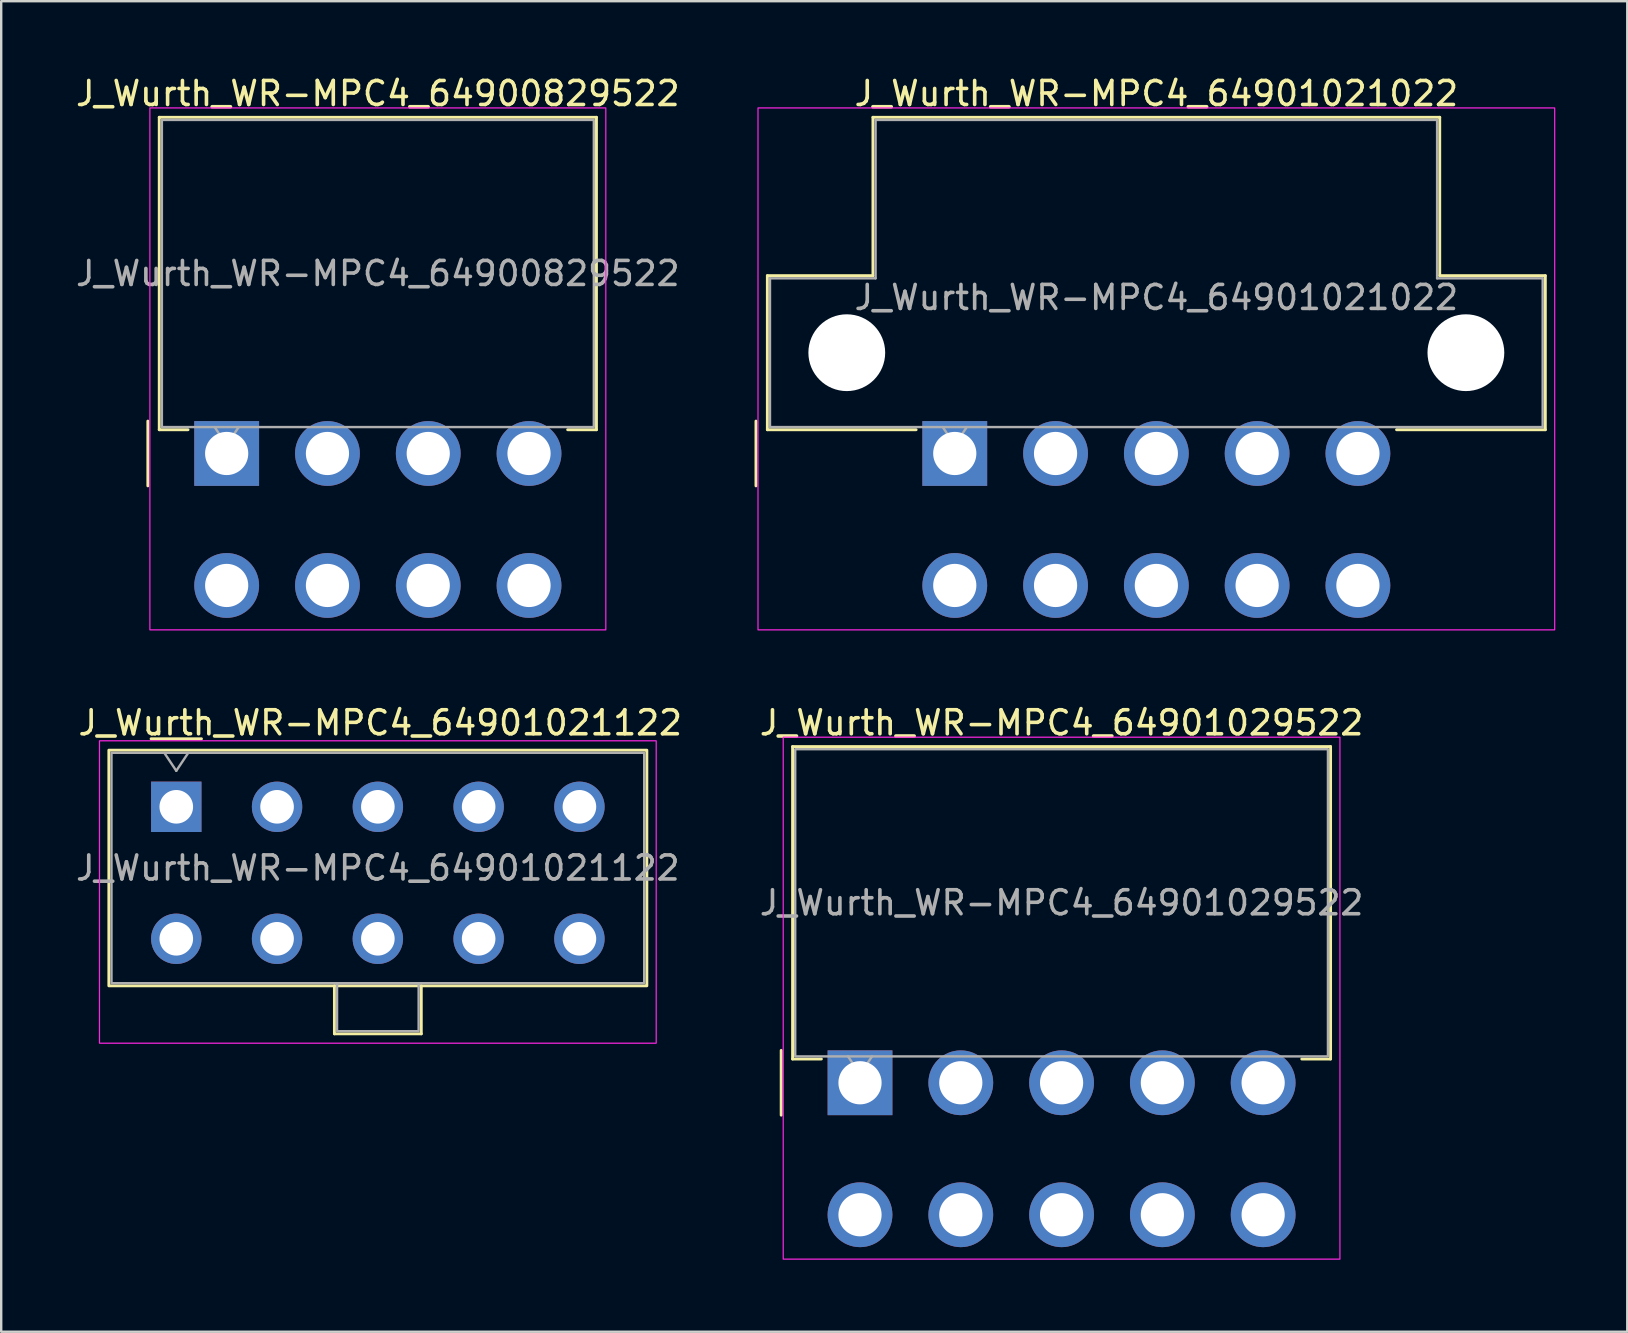
<source format=kicad_pcb>
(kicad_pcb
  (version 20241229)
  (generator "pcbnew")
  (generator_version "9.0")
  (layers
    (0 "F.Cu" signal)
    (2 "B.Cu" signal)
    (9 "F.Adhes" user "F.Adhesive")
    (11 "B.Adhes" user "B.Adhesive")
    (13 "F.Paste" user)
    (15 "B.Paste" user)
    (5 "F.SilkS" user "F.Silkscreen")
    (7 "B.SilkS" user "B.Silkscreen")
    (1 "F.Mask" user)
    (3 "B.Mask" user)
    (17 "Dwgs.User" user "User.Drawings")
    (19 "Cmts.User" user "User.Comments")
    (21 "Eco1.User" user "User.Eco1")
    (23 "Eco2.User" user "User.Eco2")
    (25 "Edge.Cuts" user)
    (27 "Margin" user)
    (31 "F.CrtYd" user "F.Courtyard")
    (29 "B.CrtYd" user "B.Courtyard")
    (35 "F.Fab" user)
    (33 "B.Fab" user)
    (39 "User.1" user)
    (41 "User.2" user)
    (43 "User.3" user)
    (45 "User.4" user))
  (footprint "J_Wurth_WR-MPC4_64901021022"
    (layer "F.Cu")
    (at 36.738 15.848)
    (property "Reference" "J_Wurth_WR-MPC4_64901021022" (at 8.4 -15 0) (unlocked yes) (layer "F.SilkS") (effects (font (size 1 1) (thickness 0.15))))
    (attr through_hole)
    (fp_line (start -8.285 -1.35) (end -8.285 1.35) (stroke (width 0.12) (type solid)) (layer "F.SilkS"))
    (fp_line (start -7.81 -7.41) (end -3.41 -7.41) (stroke (width 0.12) (type default)) (layer "F.SilkS"))
    (fp_line (start -7.81 -0.99) (end -7.81 -7.41) (stroke (width 0.12) (type default)) (layer "F.SilkS"))
    (fp_line (start -7.81 -0.99) (end -1.61 -0.99) (stroke (width 0.12) (type solid)) (layer "F.SilkS"))
    (fp_line (start -3.41 -14.01) (end -3.41 -7.41) (stroke (width 0.12) (type solid)) (layer "F.SilkS"))
    (fp_line (start 18.41 -0.99) (end 24.61 -0.99) (stroke (width 0.12) (type solid)) (layer "F.SilkS"))
    (fp_line (start 20.21 -14.01) (end -3.41 -14.01) (stroke (width 0.12) (type solid)) (layer "F.SilkS"))
    (fp_line (start 20.21 -7.41) (end 20.21 -14.01) (stroke (width 0.12) (type solid)) (layer "F.SilkS"))
    (fp_line (start 24.61 -7.41) (end 20.21 -7.41) (stroke (width 0.12) (type default)) (layer "F.SilkS"))
    (fp_line (start 24.61 -0.99) (end 24.61 -7.41) (stroke (width 0.12) (type default)) (layer "F.SilkS"))
    (fp_rect (start -8.2 -14.4) (end 25 7.35) (stroke (width 0.05) (type solid)) (fill no) (layer "F.CrtYd"))
    (fp_line (start -7.7 -1.1) (end -7.7 -7.3) (stroke (width 0.1) (type default)) (layer "F.Fab"))
    (fp_line (start -7.7 -1.1) (end 24.5 -1.1) (stroke (width 0.1) (type solid)) (layer "F.Fab"))
    (fp_line (start -3.3 -13.9) (end -3.3 -7.3) (stroke (width 0.1) (type solid)) (layer "F.Fab"))
    (fp_line (start -3.3 -7.3) (end -7.7 -7.3) (stroke (width 0.1) (type default)) (layer "F.Fab"))
    (fp_line (start 0 -0.35) (end -0.5 -1.1) (stroke (width 0.1) (type solid)) (layer "F.Fab"))
    (fp_line (start 0 -0.35) (end 0.5 -1.1) (stroke (width 0.1) (type solid)) (layer "F.Fab"))
    (fp_line (start 20.1 -13.9) (end -3.3 -13.9) (stroke (width 0.1) (type default)) (layer "F.Fab"))
    (fp_line (start 20.1 -7.3) (end 20.1 -13.9) (stroke (width 0.1) (type solid)) (layer "F.Fab"))
    (fp_line (start 20.1 -7.3) (end 24.5 -7.3) (stroke (width 0.1) (type default)) (layer "F.Fab"))
    (fp_line (start 24.5 -1.1) (end 24.5 -7.3) (stroke (width 0.1) (type default)) (layer "F.Fab"))
    (fp_text user "${REFERENCE}" (at 8.4 -6.5 0) (unlocked yes) (layer "F.Fab") (effects (font (size 1 1) (thickness 0.15))))
    (pad "" np_thru_hole circle (at -4.5 -4.2) (size 3.2 3.2) (drill 3.2) (layers "*.Cu" "*.Mask"))
    (pad "" np_thru_hole circle (at 21.3 -4.2) (size 3.2 3.2) (drill 3.2) (layers "*.Cu" "*.Mask"))
    (pad "1" thru_hole rect (at 0 0 180) (size 2.7 2.7) (drill 1.8) (layers "*.Cu" "*.Mask"))
    (pad "2" thru_hole circle (at 4.2 0 180) (size 2.7 2.7) (drill 1.8) (layers "*.Cu" "*.Mask"))
    (pad "3" thru_hole circle (at 8.4 0 180) (size 2.7 2.7) (drill 1.8) (layers "*.Cu" "*.Mask"))
    (pad "4" thru_hole circle (at 12.6 0 180) (size 2.7 2.7) (drill 1.8) (layers "*.Cu" "*.Mask"))
    (pad "5" thru_hole circle (at 16.8 0 180) (size 2.7 2.7) (drill 1.8) (layers "*.Cu" "*.Mask"))
    (pad "6" thru_hole circle (at 0 5.5 180) (size 2.7 2.7) (drill 1.8) (layers "*.Cu" "*.Mask"))
    (pad "7" thru_hole circle (at 4.2 5.5 180) (size 2.7 2.7) (drill 1.8) (layers "*.Cu" "*.Mask"))
    (pad "8" thru_hole circle (at 8.4 5.5 180) (size 2.7 2.7) (drill 1.8) (layers "*.Cu" "*.Mask"))
    (pad "9" thru_hole circle (at 12.6 5.5 180) (size 2.7 2.7) (drill 1.8) (layers "*.Cu" "*.Mask"))
    (pad "10" thru_hole circle (at 16.8 5.5 180) (size 2.7 2.7) (drill 1.8) (layers "*.Cu" "*.Mask")))
  (footprint "J_Wurth_WR-MPC4_64901021122"
    (layer "F.Cu")
    (at 4.296 30.572)
    (property "Reference" "J_Wurth_WR-MPC4_64901021122" (at 8.5 -3.5 0) (unlocked yes) (layer "F.SilkS") (effects (font (size 1 1) (thickness 0.15))))
    (attr through_hole)
    (fp_line (start 1.05 -2.835) (end -1.05 -2.835) (stroke (width 0.12) (type solid)) (layer "F.SilkS"))
    (fp_line (start 6.59 9.46) (end 6.59 7.46) (stroke (width 0.12) (type default)) (layer "F.SilkS"))
    (fp_line (start 10.21 7.46) (end 10.21 9.46) (stroke (width 0.12) (type default)) (layer "F.SilkS"))
    (fp_line (start 10.21 9.46) (end 6.59 9.46) (stroke (width 0.12) (type default)) (layer "F.SilkS"))
    (fp_rect (start -2.81 -2.36) (end 19.61 7.46) (stroke (width 0.12) (type solid)) (fill no) (layer "F.SilkS"))
    (fp_rect (start -3.2 -2.75) (end 20 9.85) (stroke (width 0.05) (type solid)) (fill no) (layer "F.CrtYd"))
    (fp_line (start 0 -1.5) (end -0.5 -2.25) (stroke (width 0.1) (type solid)) (layer "F.Fab"))
    (fp_line (start 0 -1.5) (end 0.5 -2.25) (stroke (width 0.1) (type solid)) (layer "F.Fab"))
    (fp_rect (start -2.7 -2.25) (end 19.5 7.35) (stroke (width 0.1) (type solid)) (fill no) (layer "F.Fab"))
    (fp_rect (start 6.7 7.35) (end 10.1 9.35) (stroke (width 0.1) (type solid)) (fill no) (layer "F.Fab"))
    (fp_text user "${REFERENCE}" (at 8.4 2.55 0) (unlocked yes) (layer "F.Fab") (effects (font (size 1 1) (thickness 0.15))))
    (pad "1" thru_hole rect (at 0 0 180) (size 2.1 2.1) (drill 1.4) (layers "*.Cu" "*.Mask"))
    (pad "2" thru_hole circle (at 4.2 0 180) (size 2.1 2.1) (drill 1.4) (layers "*.Cu" "*.Mask"))
    (pad "3" thru_hole circle (at 8.4 0 180) (size 2.1 2.1) (drill 1.4) (layers "*.Cu" "*.Mask"))
    (pad "4" thru_hole circle (at 12.6 0 180) (size 2.1 2.1) (drill 1.4) (layers "*.Cu" "*.Mask"))
    (pad "5" thru_hole circle (at 16.8 0 180) (size 2.1 2.1) (drill 1.4) (layers "*.Cu" "*.Mask"))
    (pad "6" thru_hole circle (at 0 5.5 180) (size 2.1 2.1) (drill 1.4) (layers "*.Cu" "*.Mask"))
    (pad "7" thru_hole circle (at 4.2 5.5 180) (size 2.1 2.1) (drill 1.4) (layers "*.Cu" "*.Mask"))
    (pad "8" thru_hole circle (at 8.4 5.5 180) (size 2.1 2.1) (drill 1.4) (layers "*.Cu" "*.Mask"))
    (pad "9" thru_hole circle (at 12.6 5.5 180) (size 2.1 2.1) (drill 1.4) (layers "*.Cu" "*.Mask"))
    (pad "10" thru_hole circle (at 16.8 5.5 180) (size 2.1 2.1) (drill 1.4) (layers "*.Cu" "*.Mask")))
  (footprint "J_Wurth_WR-MPC4_64901029522"
    (layer "F.Cu")
    (at 32.789 42.072)
    (property "Reference" "J_Wurth_WR-MPC4_64901029522" (at 8.4 -15 0) (unlocked yes) (layer "F.SilkS") (effects (font (size 1 1) (thickness 0.15))))
    (attr through_hole)
    (fp_line (start -3.285 -1.35) (end -3.285 1.35) (stroke (width 0.12) (type solid)) (layer "F.SilkS"))
    (fp_line (start -2.81 -14.01) (end 19.61 -14.01) (stroke (width 0.12) (type solid)) (layer "F.SilkS"))
    (fp_line (start -2.81 -0.99) (end -2.81 -14.01) (stroke (width 0.12) (type default)) (layer "F.SilkS"))
    (fp_line (start -1.61 -0.99) (end -2.81 -0.99) (stroke (width 0.12) (type solid)) (layer "F.SilkS"))
    (fp_line (start 19.61 -14.01) (end 19.61 -0.99) (stroke (width 0.12) (type solid)) (layer "F.SilkS"))
    (fp_line (start 19.61 -0.99) (end 18.41 -0.99) (stroke (width 0.12) (type solid)) (layer "F.SilkS"))
    (fp_rect (start -3.2 -14.4) (end 20 7.35) (stroke (width 0.05) (type solid)) (fill no) (layer "F.CrtYd"))
    (fp_line (start 0 -0.35) (end -0.5 -1.1) (stroke (width 0.1) (type solid)) (layer "F.Fab"))
    (fp_line (start 0 -0.35) (end 0.5 -1.1) (stroke (width 0.1) (type solid)) (layer "F.Fab"))
    (fp_rect (start -2.7 -13.9) (end 19.5 -1.1) (stroke (width 0.1) (type solid)) (fill no) (layer "F.Fab"))
    (fp_text user "${REFERENCE}" (at 8.4 -7.5 0) (unlocked yes) (layer "F.Fab") (effects (font (size 1 1) (thickness 0.15))))
    (pad "1" thru_hole rect (at 0 0 180) (size 2.7 2.7) (drill 1.8) (layers "*.Cu" "*.Mask"))
    (pad "2" thru_hole circle (at 4.2 0 180) (size 2.7 2.7) (drill 1.8) (layers "*.Cu" "*.Mask"))
    (pad "3" thru_hole circle (at 8.4 0 180) (size 2.7 2.7) (drill 1.8) (layers "*.Cu" "*.Mask"))
    (pad "4" thru_hole circle (at 12.6 0 180) (size 2.7 2.7) (drill 1.8) (layers "*.Cu" "*.Mask"))
    (pad "5" thru_hole circle (at 16.8 0 180) (size 2.7 2.7) (drill 1.8) (layers "*.Cu" "*.Mask"))
    (pad "6" thru_hole circle (at 0 5.5 180) (size 2.7 2.7) (drill 1.8) (layers "*.Cu" "*.Mask"))
    (pad "7" thru_hole circle (at 4.2 5.5 180) (size 2.7 2.7) (drill 1.8) (layers "*.Cu" "*.Mask"))
    (pad "8" thru_hole circle (at 8.4 5.5 180) (size 2.7 2.7) (drill 1.8) (layers "*.Cu" "*.Mask"))
    (pad "9" thru_hole circle (at 12.6 5.5 180) (size 2.7 2.7) (drill 1.8) (layers "*.Cu" "*.Mask"))
    (pad "10" thru_hole circle (at 16.8 5.5 180) (size 2.7 2.7) (drill 1.8) (layers "*.Cu" "*.Mask")))
  (footprint "J_Wurth_WR-MPC4_64900829522"
    (layer "F.Cu")
    (at 6.396 15.848)
    (property "Reference" "J_Wurth_WR-MPC4_64900829522" (at 6.3 -15 0) (unlocked yes) (layer "F.SilkS") (effects (font (size 1 1) (thickness 0.15))))
    (attr through_hole)
    (fp_line (start -3.285 -1.35) (end -3.285 1.35) (stroke (width 0.12) (type solid)) (layer "F.SilkS"))
    (fp_line (start -2.81 -14.01) (end 15.41 -14.01) (stroke (width 0.12) (type default)) (layer "F.SilkS"))
    (fp_line (start -2.81 -0.99) (end -2.81 -14.01) (stroke (width 0.12) (type default)) (layer "F.SilkS"))
    (fp_line (start -1.61 -0.99) (end -2.81 -0.99) (stroke (width 0.12) (type solid)) (layer "F.SilkS"))
    (fp_line (start 15.41 -14.01) (end 15.41 -0.99) (stroke (width 0.12) (type solid)) (layer "F.SilkS"))
    (fp_line (start 15.41 -0.99) (end 14.21 -0.99) (stroke (width 0.12) (type solid)) (layer "F.SilkS"))
    (fp_rect (start -3.2 -14.4) (end 15.8 7.35) (stroke (width 0.05) (type solid)) (fill no) (layer "F.CrtYd"))
    (fp_line (start 0 -0.35) (end -0.5 -1.1) (stroke (width 0.1) (type solid)) (layer "F.Fab"))
    (fp_line (start 0 -0.35) (end 0.5 -1.1) (stroke (width 0.1) (type solid)) (layer "F.Fab"))
    (fp_rect (start -2.7 -13.9) (end 15.3 -1.1) (stroke (width 0.1) (type solid)) (fill no) (layer "F.Fab"))
    (fp_text user "${REFERENCE}" (at 6.3 -7.5 0) (unlocked yes) (layer "F.Fab") (effects (font (size 1 1) (thickness 0.15))))
    (pad "1" thru_hole rect (at 0 0 180) (size 2.7 2.7) (drill 1.8) (layers "*.Cu" "*.Mask"))
    (pad "2" thru_hole circle (at 4.2 0 180) (size 2.7 2.7) (drill 1.8) (layers "*.Cu" "*.Mask"))
    (pad "3" thru_hole circle (at 8.4 0 180) (size 2.7 2.7) (drill 1.8) (layers "*.Cu" "*.Mask"))
    (pad "4" thru_hole circle (at 12.6 0 180) (size 2.7 2.7) (drill 1.8) (layers "*.Cu" "*.Mask"))
    (pad "5" thru_hole circle (at 0 5.5 180) (size 2.7 2.7) (drill 1.8) (layers "*.Cu" "*.Mask"))
    (pad "6" thru_hole circle (at 4.2 5.5 180) (size 2.7 2.7) (drill 1.8) (layers "*.Cu" "*.Mask"))
    (pad "7" thru_hole circle (at 8.4 5.5 180) (size 2.7 2.7) (drill 1.8) (layers "*.Cu" "*.Mask"))
    (pad "8" thru_hole circle (at 12.6 5.5 180) (size 2.7 2.7) (drill 1.8) (layers "*.Cu" "*.Mask")))
  (gr_rect
    (start -3 -3)
    (end 64.763 52.447)
    (stroke (width 0.1) (type default))
    (fill no)
    (layer "Edge.Cuts")))
</source>
